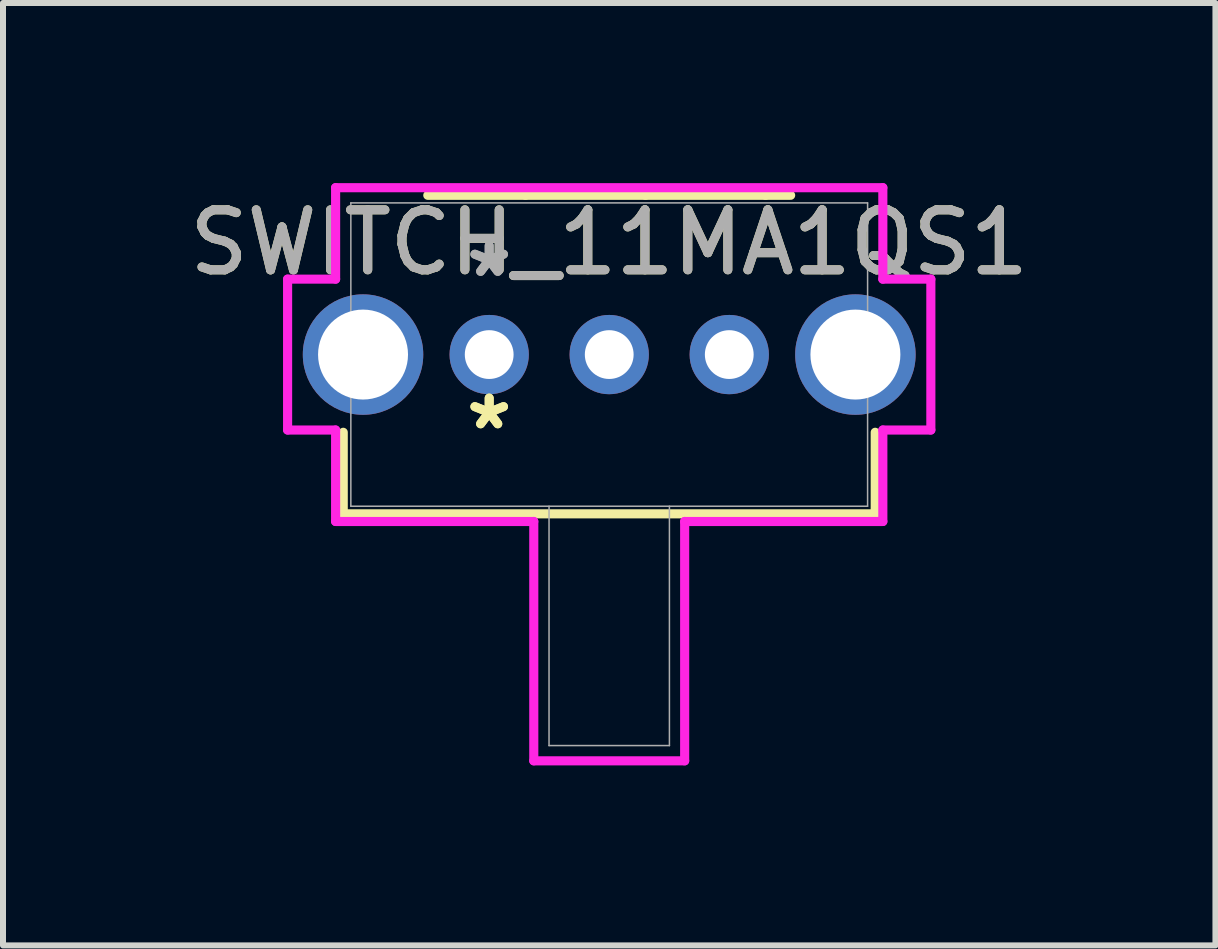
<source format=kicad_pcb>
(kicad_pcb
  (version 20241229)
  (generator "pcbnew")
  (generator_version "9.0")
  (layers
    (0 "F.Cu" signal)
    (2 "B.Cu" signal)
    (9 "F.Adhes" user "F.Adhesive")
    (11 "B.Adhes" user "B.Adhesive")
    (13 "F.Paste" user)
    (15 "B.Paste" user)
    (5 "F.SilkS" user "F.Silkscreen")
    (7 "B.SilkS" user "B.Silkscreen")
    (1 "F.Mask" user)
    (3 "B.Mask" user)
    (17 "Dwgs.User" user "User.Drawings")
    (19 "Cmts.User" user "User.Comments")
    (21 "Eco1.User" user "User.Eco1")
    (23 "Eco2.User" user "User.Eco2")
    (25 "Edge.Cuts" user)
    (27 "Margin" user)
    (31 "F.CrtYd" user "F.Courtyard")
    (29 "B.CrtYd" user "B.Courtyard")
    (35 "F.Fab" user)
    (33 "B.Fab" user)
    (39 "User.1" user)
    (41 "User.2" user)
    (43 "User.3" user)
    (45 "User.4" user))
  (footprint "SWITCH_11MA1QS1"
    (layer "F.Cu")
    (at 5.101 2.858)
    (property "Reference" "SWITCH_11MA1QS1" (at 2 -1.867 0) (unlocked yes) (layer "F.SilkS") (effects (font (size 1 1) (thickness 0.15))))
    (attr through_hole)
    (fp_line (start -2.432 1.295) (end -2.432 2.654) (stroke (width 0.152) (type solid)) (layer "F.SilkS"))
    (fp_line (start -2.432 2.654) (end 6.432 2.654) (stroke (width 0.152) (type solid)) (layer "F.SilkS"))
    (fp_line (start 0.605 -2.654) (end -1.023 -2.654) (stroke (width 0.152) (type solid)) (layer "F.SilkS"))
    (fp_line (start 2.605 -2.654) (end 0.605 -2.654) (stroke (width 0.152) (type solid)) (layer "F.SilkS"))
    (fp_line (start 4.605 -2.654) (end 2.605 -2.654) (stroke (width 0.152) (type solid)) (layer "F.SilkS"))
    (fp_line (start 5.023 -2.654) (end 4.605 -2.654) (stroke (width 0.152) (type solid)) (layer "F.SilkS"))
    (fp_line (start 6.432 2.654) (end 6.432 1.295) (stroke (width 0.152) (type solid)) (layer "F.SilkS"))
    (fp_line (start -3.359 -1.257) (end -3.359 1.257) (stroke (width 0.152) (type solid)) (layer "F.CrtYd"))
    (fp_line (start -3.359 1.257) (end -2.559 1.257) (stroke (width 0.152) (type solid)) (layer "F.CrtYd"))
    (fp_line (start -2.559 -2.781) (end -2.559 -1.257) (stroke (width 0.152) (type solid)) (layer "F.CrtYd"))
    (fp_line (start -2.559 -1.257) (end -3.359 -1.257) (stroke (width 0.152) (type solid)) (layer "F.CrtYd"))
    (fp_line (start -2.559 1.257) (end -2.559 2.781) (stroke (width 0.152) (type solid)) (layer "F.CrtYd"))
    (fp_line (start -2.559 2.781) (end 0.743 2.781) (stroke (width 0.152) (type solid)) (layer "F.CrtYd"))
    (fp_line (start 0.743 2.781) (end 0.743 6.769) (stroke (width 0.152) (type solid)) (layer "F.CrtYd"))
    (fp_line (start 0.743 6.769) (end 3.257 6.769) (stroke (width 0.152) (type solid)) (layer "F.CrtYd"))
    (fp_line (start 3.257 2.781) (end 6.559 2.781) (stroke (width 0.152) (type solid)) (layer "F.CrtYd"))
    (fp_line (start 3.257 6.769) (end 3.257 2.781) (stroke (width 0.152) (type solid)) (layer "F.CrtYd"))
    (fp_line (start 6.559 -2.781) (end -2.559 -2.781) (stroke (width 0.152) (type solid)) (layer "F.CrtYd"))
    (fp_line (start 6.559 -1.257) (end 6.559 -2.781) (stroke (width 0.152) (type solid)) (layer "F.CrtYd"))
    (fp_line (start 6.559 1.257) (end 7.359 1.257) (stroke (width 0.152) (type solid)) (layer "F.CrtYd"))
    (fp_line (start 6.559 2.781) (end 6.559 1.257) (stroke (width 0.152) (type solid)) (layer "F.CrtYd"))
    (fp_line (start 7.359 -1.257) (end 6.559 -1.257) (stroke (width 0.152) (type solid)) (layer "F.CrtYd"))
    (fp_line (start 7.359 1.257) (end 7.359 -1.257) (stroke (width 0.152) (type solid)) (layer "F.CrtYd"))
    (fp_line (start -2.305 -2.527) (end -2.305 2.527) (stroke (width 0.025) (type solid)) (layer "F.Fab"))
    (fp_line (start -2.305 2.527) (end 6.305 2.527) (stroke (width 0.025) (type solid)) (layer "F.Fab"))
    (fp_line (start 0.997 2.527) (end 0.997 6.515) (stroke (width 0.025) (type solid)) (layer "F.Fab"))
    (fp_line (start 0.997 6.515) (end 3.003 6.515) (stroke (width 0.025) (type solid)) (layer "F.Fab"))
    (fp_line (start 3.003 2.527) (end 3.003 6.515) (stroke (width 0.025) (type solid)) (layer "F.Fab"))
    (fp_line (start 6.305 -2.527) (end -2.305 -2.527) (stroke (width 0.025) (type solid)) (layer "F.Fab"))
    (fp_line (start 6.305 2.527) (end 6.305 -2.527) (stroke (width 0.025) (type solid)) (layer "F.Fab"))
    (fp_text user "*" (at 0 1.27 0) (layer "F.SilkS") (effects (font (size 1 1) (thickness 0.15))))
    (fp_text user "*" (at 0 1.27 0) (unlocked yes) (layer "F.SilkS") (effects (font (size 1 1) (thickness 0.15))))
    (fp_text user "*" (at 0 -1.27 0) (unlocked yes) (layer "F.Fab") (effects (font (size 1 1) (thickness 0.15))))
    (fp_text user "*" (at 0 -1.27 0) (layer "F.Fab") (effects (font (size 1 1) (thickness 0.15))))
    (fp_text user "${REFERENCE}" (at 2 -1.867 0) (unlocked yes) (layer "F.Fab") (effects (font (size 1 1) (thickness 0.15))))
    (pad "1" thru_hole circle (at 0 0) (size 1.321 1.321) (drill 0.813) (layers "*.Cu" "*.Mask"))
    (pad "2" thru_hole circle (at 2 0) (size 1.321 1.321) (drill 0.813) (layers "*.Cu" "*.Mask"))
    (pad "3" thru_hole circle (at 4 0) (size 1.321 1.321) (drill 0.813) (layers "*.Cu" "*.Mask"))
    (pad "4" thru_hole circle (at -2.102 0) (size 2.007 2.007) (drill 1.499) (layers "*.Cu" "*.Mask"))
    (pad "5" thru_hole circle (at 6.102 0) (size 2.007 2.007) (drill 1.499) (layers "*.Cu" "*.Mask")))
  (gr_rect
    (start -3 -3)
    (end 17.202 12.703)
    (stroke (width 0.1) (type default))
    (fill no)
    (layer "Edge.Cuts")))
</source>
